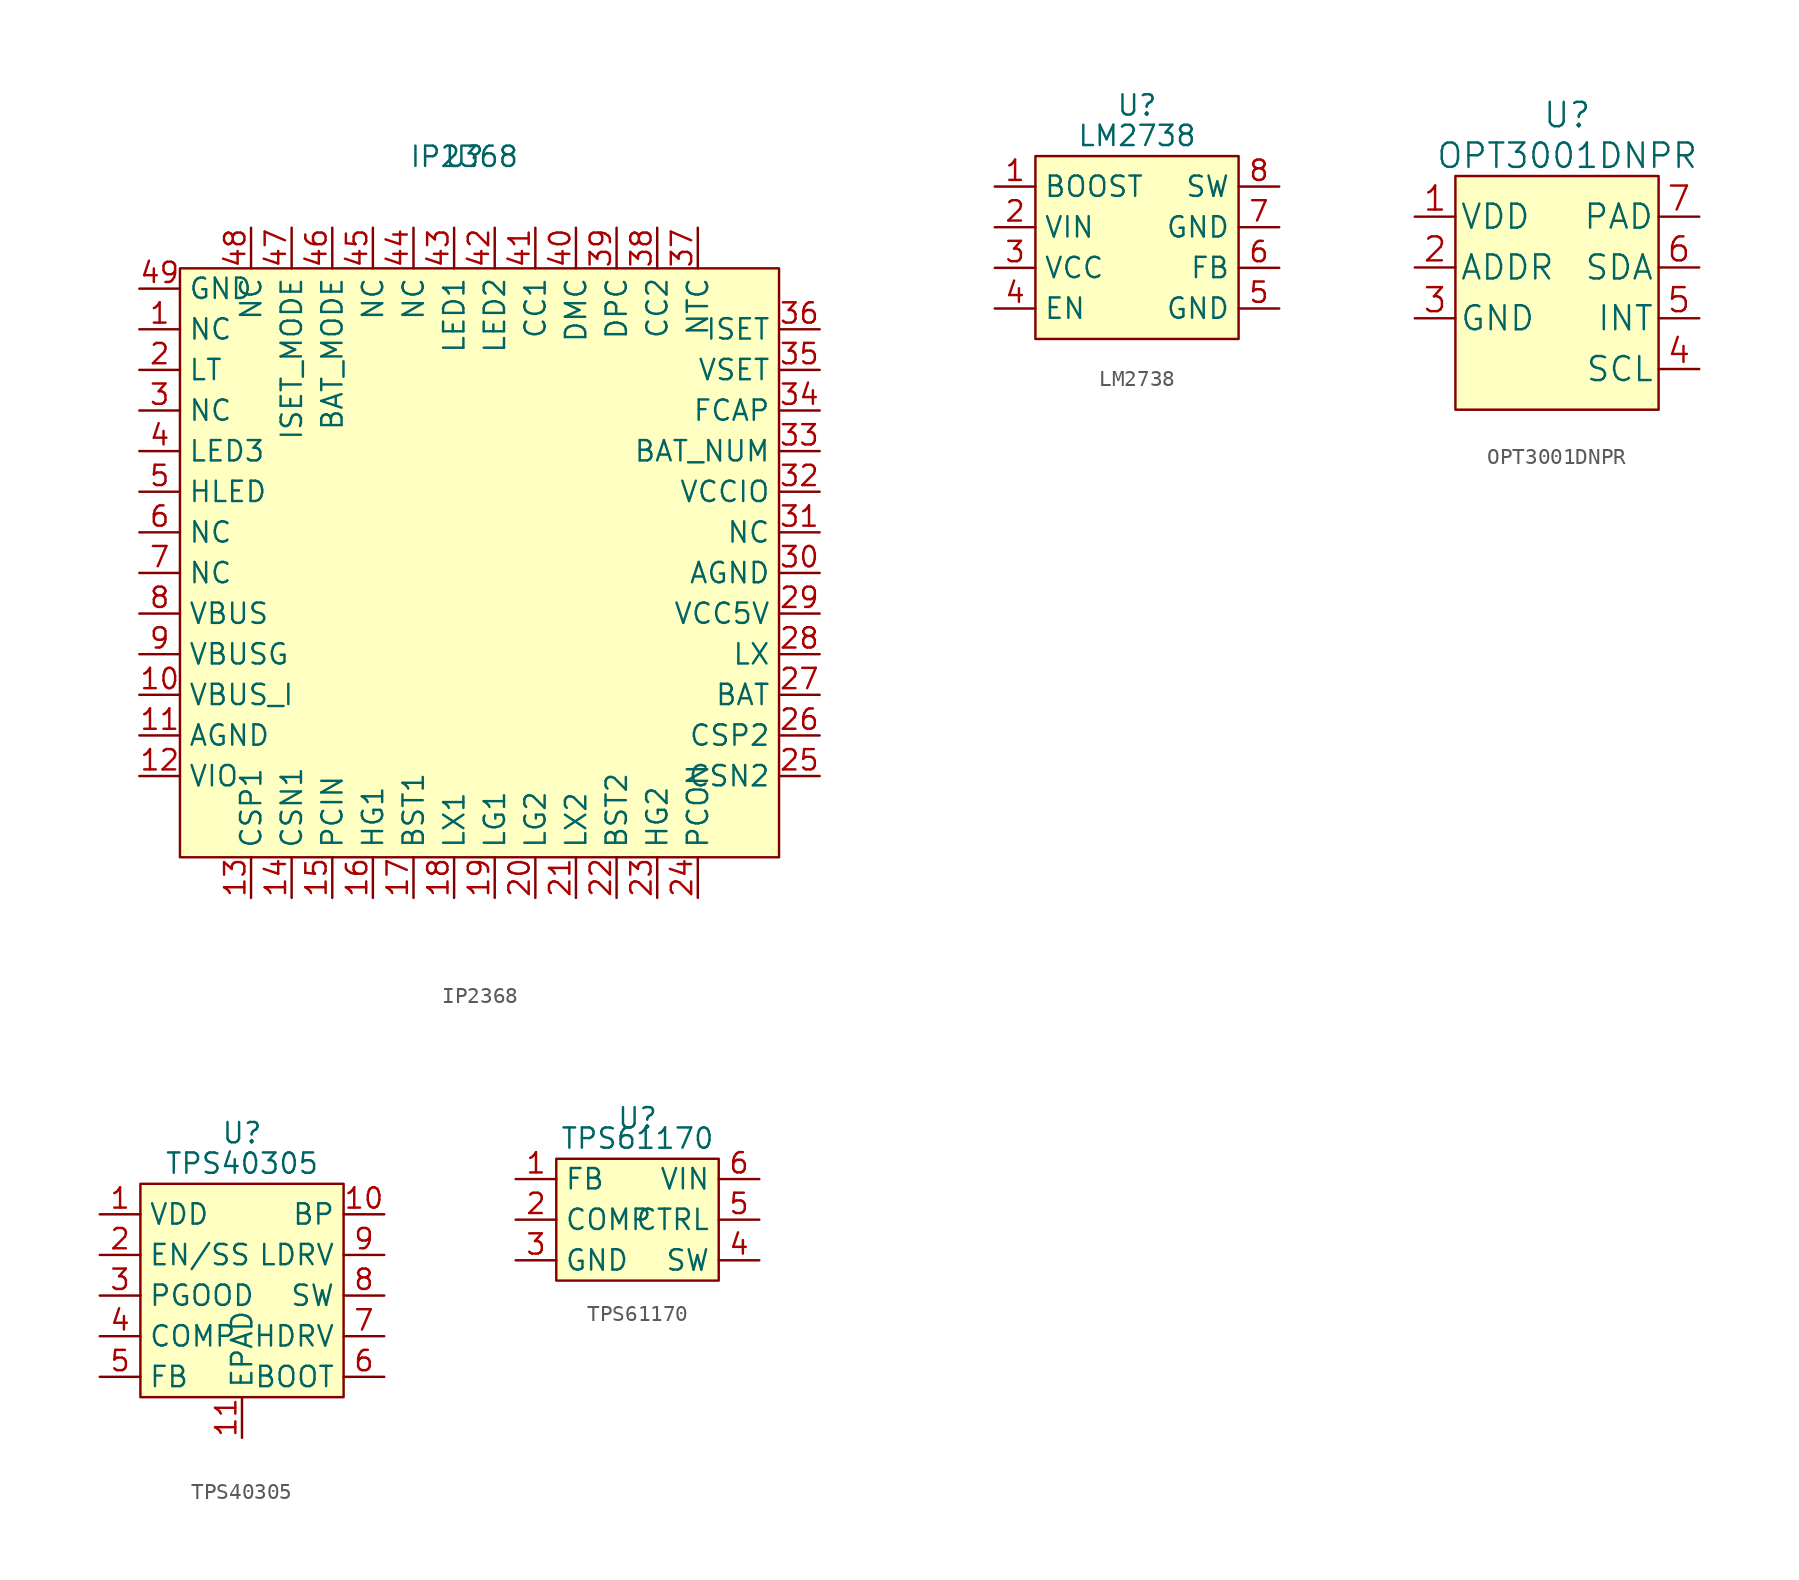
<source format=kicad_sym>
(kicad_symbol_lib
  (version 20220914)
  (generator kicad_symbol_editor)
  (symbol "IP2368"
    (property "Reference" "U"
      (at 0 1.27 0)
      (effects (font (size 1.27 1.27))))
    (property "Value" "IP2368"
      (at 0 1.27 0)
      (effects (font (size 1.27 1.27))))
    (property "Footprint" ""
      (at 0 1.27 0)
      (effects (font (size 1.27 1.27))))
    (property "Datasheet" ""
      (at 0 1.27 0)
      (effects (font (size 1.27 1.27))))
    (symbol "IP2368_0_1"
      (rectangle (start -17.78 -5.715) (end 19.685 -42.545) (stroke (width 0) (type default)) (fill (type background))))
    (symbol "IP2368_1_1"
      (pin passive line (at -20.32 -9.525 0) (length 2.54) (name "NC" (effects (font (size 1.27 1.27)))) (number "1" (effects (font (size 1.27 1.27)))))
      (pin input line (at -20.32 -32.385 0) (length 2.54) (name "VBUS_I" (effects (font (size 1.27 1.27)))) (number "10" (effects (font (size 1.27 1.27)))))
      (pin passive line (at -20.32 -34.925 0) (length 2.54) (name "AGND" (effects (font (size 1.27 1.27)))) (number "11" (effects (font (size 1.27 1.27)))))
      (pin input line (at -20.32 -37.465 0) (length 2.54) (name "VIO" (effects (font (size 1.27 1.27)))) (number "12" (effects (font (size 1.27 1.27)))))
      (pin input line (at -13.335 -45.085 90) (length 2.54) (name "CSP1" (effects (font (size 1.27 1.27)))) (number "13" (effects (font (size 1.27 1.27)))))
      (pin input line (at -10.795 -45.085 90) (length 2.54) (name "CSN1" (effects (font (size 1.27 1.27)))) (number "14" (effects (font (size 1.27 1.27)))))
      (pin input line (at -8.255 -45.085 90) (length 2.54) (name "PCIN" (effects (font (size 1.27 1.27)))) (number "15" (effects (font (size 1.27 1.27)))))
      (pin output line (at -5.715 -45.085 90) (length 2.54) (name "HG1" (effects (font (size 1.27 1.27)))) (number "16" (effects (font (size 1.27 1.27)))))
      (pin output line (at -3.175 -45.085 90) (length 2.54) (name "BST1" (effects (font (size 1.27 1.27)))) (number "17" (effects (font (size 1.27 1.27)))))
      (pin output line (at -0.635 -45.085 90) (length 2.54) (name "LX1" (effects (font (size 1.27 1.27)))) (number "18" (effects (font (size 1.27 1.27)))))
      (pin output line (at 1.905 -45.085 90) (length 2.54) (name "LG1" (effects (font (size 1.27 1.27)))) (number "19" (effects (font (size 1.27 1.27)))))
      (pin input line (at -20.32 -12.065 0) (length 2.54) (name "LT" (effects (font (size 1.27 1.27)))) (number "2" (effects (font (size 1.27 1.27)))))
      (pin output line (at 4.445 -45.085 90) (length 2.54) (name "LG2" (effects (font (size 1.27 1.27)))) (number "20" (effects (font (size 1.27 1.27)))))
      (pin output line (at 6.985 -45.085 90) (length 2.54) (name "LX2" (effects (font (size 1.27 1.27)))) (number "21" (effects (font (size 1.27 1.27)))))
      (pin output line (at 9.525 -45.085 90) (length 2.54) (name "BST2" (effects (font (size 1.27 1.27)))) (number "22" (effects (font (size 1.27 1.27)))))
      (pin output line (at 12.065 -45.085 90) (length 2.54) (name "HG2" (effects (font (size 1.27 1.27)))) (number "23" (effects (font (size 1.27 1.27)))))
      (pin input line (at 14.605 -45.085 90) (length 2.54) (name "PCON" (effects (font (size 1.27 1.27)))) (number "24" (effects (font (size 1.27 1.27)))))
      (pin input line (at 22.225 -37.465 180) (length 2.54) (name "CSN2" (effects (font (size 1.27 1.27)))) (number "25" (effects (font (size 1.27 1.27)))))
      (pin input line (at 22.225 -34.925 180) (length 2.54) (name "CSP2" (effects (font (size 1.27 1.27)))) (number "26" (effects (font (size 1.27 1.27)))))
      (pin passive line (at 22.225 -32.385 180) (length 2.54) (name "BAT" (effects (font (size 1.27 1.27)))) (number "27" (effects (font (size 1.27 1.27)))))
      (pin output line (at 22.225 -29.845 180) (length 2.54) (name "LX" (effects (font (size 1.27 1.27)))) (number "28" (effects (font (size 1.27 1.27)))))
      (pin input line (at 22.225 -27.305 180) (length 2.54) (name "VCC5V" (effects (font (size 1.27 1.27)))) (number "29" (effects (font (size 1.27 1.27)))))
      (pin passive line (at -20.32 -14.605 0) (length 2.54) (name "NC" (effects (font (size 1.27 1.27)))) (number "3" (effects (font (size 1.27 1.27)))))
      (pin passive line (at 22.225 -24.765 180) (length 2.54) (name "AGND" (effects (font (size 1.27 1.27)))) (number "30" (effects (font (size 1.27 1.27)))))
      (pin passive line (at 22.225 -22.225 180) (length 2.54) (name "NC" (effects (font (size 1.27 1.27)))) (number "31" (effects (font (size 1.27 1.27)))))
      (pin passive line (at 22.225 -19.685 180) (length 2.54) (name "VCCIO" (effects (font (size 1.27 1.27)))) (number "32" (effects (font (size 1.27 1.27)))))
      (pin input line (at 22.225 -17.145 180) (length 2.54) (name "BAT_NUM" (effects (font (size 1.27 1.27)))) (number "33" (effects (font (size 1.27 1.27)))))
      (pin input line (at 22.225 -14.605 180) (length 2.54) (name "FCAP" (effects (font (size 1.27 1.27)))) (number "34" (effects (font (size 1.27 1.27)))))
      (pin input line (at 22.225 -12.065 180) (length 2.54) (name "VSET" (effects (font (size 1.27 1.27)))) (number "35" (effects (font (size 1.27 1.27)))))
      (pin input line (at 22.225 -9.525 180) (length 2.54) (name "ISET" (effects (font (size 1.27 1.27)))) (number "36" (effects (font (size 1.27 1.27)))))
      (pin input line (at 14.605 -3.175 270) (length 2.54) (name "NTC" (effects (font (size 1.27 1.27)))) (number "37" (effects (font (size 1.27 1.27)))))
      (pin output line (at 12.065 -3.175 270) (length 2.54) (name "CC2" (effects (font (size 1.27 1.27)))) (number "38" (effects (font (size 1.27 1.27)))))
      (pin input line (at 9.525 -3.175 270) (length 2.54) (name "DPC" (effects (font (size 1.27 1.27)))) (number "39" (effects (font (size 1.27 1.27)))))
      (pin output line (at -20.32 -17.145 0) (length 2.54) (name "LED3" (effects (font (size 1.27 1.27)))) (number "4" (effects (font (size 1.27 1.27)))))
      (pin input line (at 6.985 -3.175 270) (length 2.54) (name "DMC" (effects (font (size 1.27 1.27)))) (number "40" (effects (font (size 1.27 1.27)))))
      (pin output line (at 4.445 -3.175 270) (length 2.54) (name "CC1" (effects (font (size 1.27 1.27)))) (number "41" (effects (font (size 1.27 1.27)))))
      (pin output line (at 1.905 -3.175 270) (length 2.54) (name "LED2" (effects (font (size 1.27 1.27)))) (number "42" (effects (font (size 1.27 1.27)))))
      (pin output line (at -0.635 -3.175 270) (length 2.54) (name "LED1" (effects (font (size 1.27 1.27)))) (number "43" (effects (font (size 1.27 1.27)))))
      (pin passive line (at -3.175 -3.175 270) (length 2.54) (name "NC" (effects (font (size 1.27 1.27)))) (number "44" (effects (font (size 1.27 1.27)))))
      (pin passive line (at -5.715 -3.175 270) (length 2.54) (name "NC" (effects (font (size 1.27 1.27)))) (number "45" (effects (font (size 1.27 1.27)))))
      (pin input line (at -8.255 -3.175 270) (length 2.54) (name "BAT_MODE" (effects (font (size 1.27 1.27)))) (number "46" (effects (font (size 1.27 1.27)))))
      (pin input line (at -10.795 -3.175 270) (length 2.54) (name "ISET_MODE" (effects (font (size 1.27 1.27)))) (number "47" (effects (font (size 1.27 1.27)))))
      (pin passive line (at -13.335 -3.175 270) (length 2.54) (name "NC" (effects (font (size 1.27 1.27)))) (number "48" (effects (font (size 1.27 1.27)))))
      (pin passive line (at -20.32 -6.985 0) (length 2.54) (name "GND" (effects (font (size 1.27 1.27)))) (number "49" (effects (font (size 1.27 1.27)))))
      (pin output line (at -20.32 -19.685 0) (length 2.54) (name "HLED" (effects (font (size 1.27 1.27)))) (number "5" (effects (font (size 1.27 1.27)))))
      (pin passive line (at -20.32 -22.225 0) (length 2.54) (name "NC" (effects (font (size 1.27 1.27)))) (number "6" (effects (font (size 1.27 1.27)))))
      (pin passive line (at -20.32 -24.765 0) (length 2.54) (name "NC" (effects (font (size 1.27 1.27)))) (number "7" (effects (font (size 1.27 1.27)))))
      (pin input line (at -20.32 -27.305 0) (length 2.54) (name "VBUS" (effects (font (size 1.27 1.27)))) (number "8" (effects (font (size 1.27 1.27)))))
      (pin output line (at -20.32 -29.845 0) (length 2.54) (name "VBUSG" (effects (font (size 1.27 1.27)))) (number "9" (effects (font (size 1.27 1.27)))))))
  (symbol "LM2738"
    (property "Reference" "U"
      (at 0 3.175 0)
      (effects (font (size 1.27 1.27))))
    (property "Value" "LM2738"
      (at 0 1.27 0)
      (effects (font (size 1.27 1.27))))
    (property "Footprint" ""
      (at 0 1.27 0)
      (effects (font (size 1.27 1.27))))
    (property "Datasheet" ""
      (at 0 1.27 0)
      (effects (font (size 1.27 1.27))))
    (symbol "LM2738_0_1"
      (rectangle (start -6.35 0) (end 6.35 -11.43) (stroke (width 0) (type default)) (fill (type background))))
    (symbol "LM2738_1_1"
      (pin input line (at -8.89 -1.905 0) (length 2.54) (name "BOOST" (effects (font (size 1.27 1.27)))) (number "1" (effects (font (size 1.27 1.27)))))
      (pin passive line (at -8.89 -4.445 0) (length 2.54) (name "VIN" (effects (font (size 1.27 1.27)))) (number "2" (effects (font (size 1.27 1.27)))))
      (pin input line (at -8.89 -6.985 0) (length 2.54) (name "VCC" (effects (font (size 1.27 1.27)))) (number "3" (effects (font (size 1.27 1.27)))))
      (pin input line (at -8.89 -9.525 0) (length 2.54) (name "EN" (effects (font (size 1.27 1.27)))) (number "4" (effects (font (size 1.27 1.27)))))
      (pin passive line (at 8.89 -9.525 180) (length 2.54) (name "GND" (effects (font (size 1.27 1.27)))) (number "5" (effects (font (size 1.27 1.27)))))
      (pin input line (at 8.89 -6.985 180) (length 2.54) (name "FB" (effects (font (size 1.27 1.27)))) (number "6" (effects (font (size 1.27 1.27)))))
      (pin passive line (at 8.89 -4.445 180) (length 2.54) (name "GND" (effects (font (size 1.27 1.27)))) (number "7" (effects (font (size 1.27 1.27)))))
      (pin output line (at 8.89 -1.905 180) (length 2.54) (name "SW" (effects (font (size 1.27 1.27)))) (number "8" (effects (font (size 1.27 1.27)))))
      (pin passive line (at 8.89 -9.525 180) (length 2.54) hide (name "GND" (effects (font (size 1.27 1.27)))) (number "9" (effects (font (size 1.27 1.27)))))))
  (symbol "OPT3001DNPR"
    (pin_names
      (offset 0.254))
    (property "Reference" "U"
      (at 0.635 3.81 0)
      (effects (font (size 1.524 1.524))))
    (property "Value" "OPT3001DNPR"
      (at 0.635 1.27 0)
      (effects (font (size 1.524 1.524))))
    (property "Datasheet" ""
      (at 0 0 0)
      (effects (font (size 1.524 1.524))))
    (property "ki_locked" ""
      (at 0 0 0)
      (effects (font (size 1.27 1.27))))
    (symbol "OPT3001DNPR_1_1"
      (rectangle (start -6.35 0) (end 6.35 -14.605) (stroke (width 0) (type default)) (fill (type background)))
      (pin power_in line (at -8.89 -2.54 0) (length 2.54) (name "VDD" (effects (font (size 1.499 1.499)))) (number "1" (effects (font (size 1.499 1.499)))))
      (pin input line (at -8.89 -5.715 0) (length 2.54) (name "ADDR" (effects (font (size 1.499 1.499)))) (number "2" (effects (font (size 1.499 1.499)))))
      (pin power_in line (at -8.89 -8.89 0) (length 2.54) (name "GND" (effects (font (size 1.499 1.499)))) (number "3" (effects (font (size 1.499 1.499)))))
      (pin input line (at 8.89 -12.065 180) (length 2.54) (name "SCL" (effects (font (size 1.499 1.499)))) (number "4" (effects (font (size 1.499 1.499)))))
      (pin output line (at 8.89 -8.89 180) (length 2.54) (name "INT" (effects (font (size 1.499 1.499)))) (number "5" (effects (font (size 1.499 1.499)))))
      (pin input line (at 8.89 -5.715 180) (length 2.54) (name "SDA" (effects (font (size 1.499 1.499)))) (number "6" (effects (font (size 1.499 1.499)))))
      (pin unspecified line (at 8.89 -2.54 180) (length 2.54) (name "PAD" (effects (font (size 1.499 1.499)))) (number "7" (effects (font (size 1.499 1.499)))))))
  (symbol "TPS40305"
    (property "Reference" "U"
      (at 0 3.175 0)
      (effects (font (size 1.27 1.27))))
    (property "Value" "TPS40305"
      (at 0 1.27 0)
      (effects (font (size 1.27 1.27))))
    (property "Footprint" ""
      (at 0 1.27 0)
      (effects (font (size 1.27 1.27))))
    (property "Datasheet" ""
      (at 0 1.27 0)
      (effects (font (size 1.27 1.27))))
    (symbol "TPS40305_0_1"
      (rectangle (start -6.35 0) (end 6.35 -13.335) (stroke (width 0) (type default)) (fill (type background))))
    (symbol "TPS40305_1_1"
      (pin input line (at -8.89 -1.905 0) (length 2.54) (name "VDD" (effects (font (size 1.27 1.27)))) (number "1" (effects (font (size 1.27 1.27)))))
      (pin output line (at 8.89 -1.905 180) (length 2.54) (name "BP" (effects (font (size 1.27 1.27)))) (number "10" (effects (font (size 1.27 1.27)))))
      (pin passive line (at 0 -15.875 90) (length 2.54) (name "EPAD" (effects (font (size 1.27 1.27)))) (number "11" (effects (font (size 1.27 1.27)))))
      (pin input line (at -8.89 -4.445 0) (length 2.54) (name "EN/SS" (effects (font (size 1.27 1.27)))) (number "2" (effects (font (size 1.27 1.27)))))
      (pin output line (at -8.89 -6.985 0) (length 2.54) (name "PGOOD" (effects (font (size 1.27 1.27)))) (number "3" (effects (font (size 1.27 1.27)))))
      (pin output line (at -8.89 -9.525 0) (length 2.54) (name "COMP" (effects (font (size 1.27 1.27)))) (number "4" (effects (font (size 1.27 1.27)))))
      (pin input line (at -8.89 -12.065 0) (length 2.54) (name "FB" (effects (font (size 1.27 1.27)))) (number "5" (effects (font (size 1.27 1.27)))))
      (pin input line (at 8.89 -12.065 180) (length 2.54) (name "BOOT" (effects (font (size 1.27 1.27)))) (number "6" (effects (font (size 1.27 1.27)))))
      (pin output line (at 8.89 -9.525 180) (length 2.54) (name "HDRV" (effects (font (size 1.27 1.27)))) (number "7" (effects (font (size 1.27 1.27)))))
      (pin output line (at 8.89 -6.985 180) (length 2.54) (name "SW" (effects (font (size 1.27 1.27)))) (number "8" (effects (font (size 1.27 1.27)))))
      (pin output line (at 8.89 -4.445 180) (length 2.54) (name "LDRV" (effects (font (size 1.27 1.27)))) (number "9" (effects (font (size 1.27 1.27)))))))
  (symbol "TPS61170"
    (property "Reference" "U"
      (at 0 2.54 0)
      (effects (font (size 1.27 1.27))))
    (property "Value" "TPS61170"
      (at 0 1.27 0)
      (effects (font (size 1.27 1.27))))
    (property "Footprint" ""
      (at 0 1.27 0)
      (effects (font (size 1.27 1.27))))
    (property "Datasheet" ""
      (at 0 1.27 0)
      (effects (font (size 1.27 1.27))))
    (symbol "TPS61170_0_1"
      (rectangle (start -5.08 0) (end 5.08 -7.62) (stroke (width 0) (type default)) (fill (type background))))
    (symbol "TPS61170_1_1"
      (pin input line (at -7.62 -1.27 0) (length 2.54) (name "FB" (effects (font (size 1.27 1.27)))) (number "1" (effects (font (size 1.27 1.27)))))
      (pin output line (at -7.62 -3.81 0) (length 2.54) (name "COMP" (effects (font (size 1.27 1.27)))) (number "2" (effects (font (size 1.27 1.27)))))
      (pin passive line (at -7.62 -6.35 0) (length 2.54) (name "GND" (effects (font (size 1.27 1.27)))) (number "3" (effects (font (size 1.27 1.27)))))
      (pin input line (at 7.62 -6.35 180) (length 2.54) (name "SW" (effects (font (size 1.27 1.27)))) (number "4" (effects (font (size 1.27 1.27)))))
      (pin input line (at 7.62 -3.81 180) (length 2.54) (name "CTRL" (effects (font (size 1.27 1.27)))) (number "5" (effects (font (size 1.27 1.27)))))
      (pin input line (at 7.62 -1.27 180) (length 2.54) (name "VIN" (effects (font (size 1.27 1.27)))) (number "6" (effects (font (size 1.27 1.27))))))))
</source>
